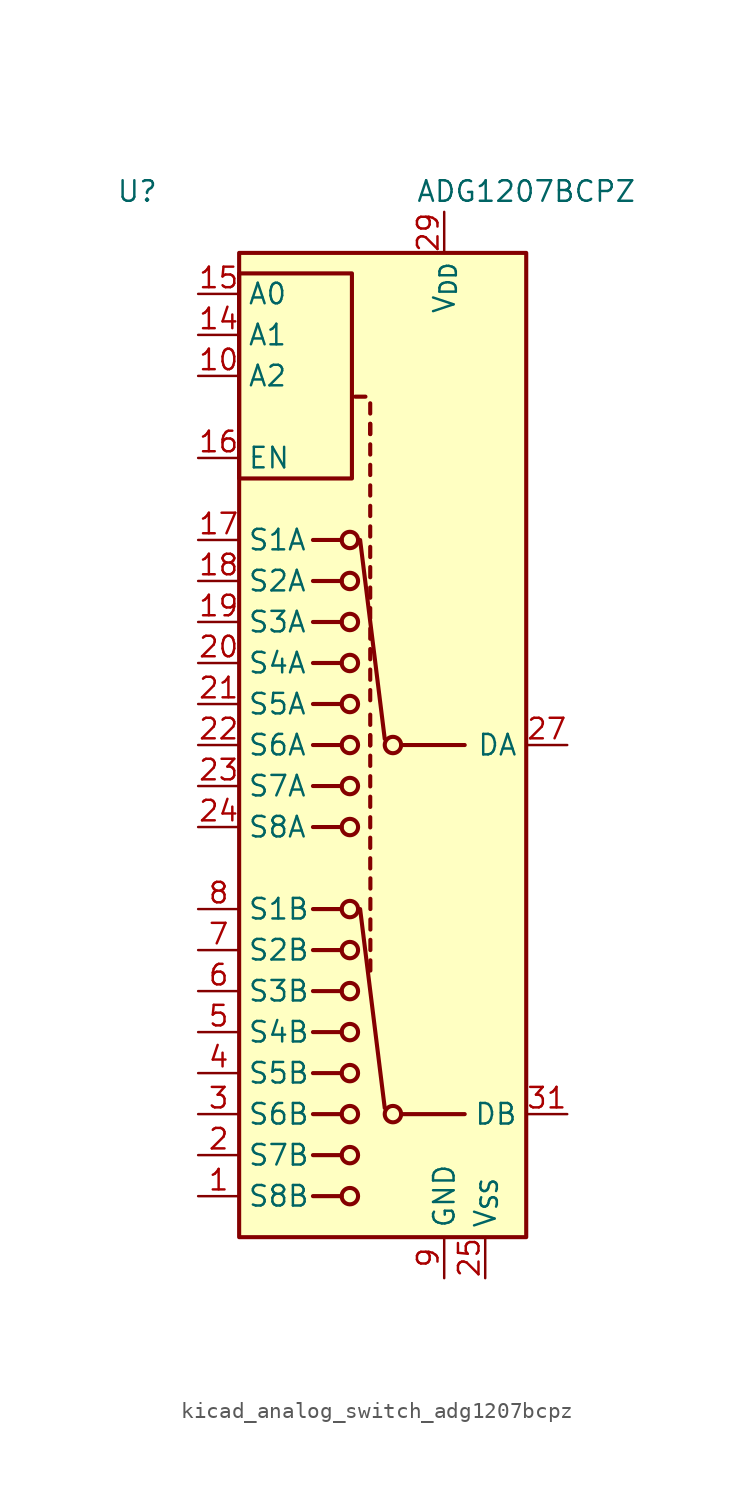
<source format=kicad_sym>
(kicad_symbol_lib
  (version 20220914)
  (generator kicad_symbol_editor)
  (symbol "kicad_analog_switch_adg1207bcpz"
    (property "Reference" "U"
      (at -15.24 34.29 0)
      (effects (font (size 1.27 1.27)) (justify left)))
    (property "Value" "ADG1207BCPZ"
      (at 10.16 34.29 0)
      (effects (font (size 1.27 1.27))))
    (symbol "kicad_analog_switch_adg1207bcpz_0_0"
      (pin power_in line (at 5.08 -33.02 90) (length 2.54) (name "GND" (effects (font (size 1.27 1.27)))) (number "9" (effects (font (size 1.27 1.27))))))
    (symbol "kicad_analog_switch_adg1207bcpz_0_1"
      (rectangle (start -7.62 29.21) (end -0.635 16.51) (stroke (width 0.254) (type default)) (fill (type none)))
      (rectangle (start -7.62 30.48) (end 10.16 -30.48) (stroke (width 0.254) (type default)) (fill (type background)))
      (circle (center -0.762 -27.94) (radius 0.508) (stroke (width 0.254) (type default)) (fill (type none)))
      (circle (center -0.762 -25.4) (radius 0.508) (stroke (width 0.254) (type default)) (fill (type none)))
      (circle (center -0.762 -22.86) (radius 0.508) (stroke (width 0.254) (type default)) (fill (type none)))
      (circle (center -0.762 -20.32) (radius 0.508) (stroke (width 0.254) (type default)) (fill (type none)))
      (circle (center -0.762 -17.78) (radius 0.508) (stroke (width 0.254) (type default)) (fill (type none)))
      (circle (center -0.762 -15.24) (radius 0.508) (stroke (width 0.254) (type default)) (fill (type none)))
      (circle (center -0.762 -12.7) (radius 0.508) (stroke (width 0.254) (type default)) (fill (type none)))
      (circle (center -0.762 -10.16) (radius 0.508) (stroke (width 0.254) (type default)) (fill (type none)))
      (circle (center -0.762 -5.08) (radius 0.508) (stroke (width 0.254) (type default)) (fill (type none)))
      (circle (center -0.762 -2.54) (radius 0.508) (stroke (width 0.254) (type default)) (fill (type none)))
      (circle (center -0.762 0) (radius 0.508) (stroke (width 0.254) (type default)) (fill (type none)))
      (circle (center -0.762 2.54) (radius 0.508) (stroke (width 0.254) (type default)) (fill (type none)))
      (circle (center -0.762 5.08) (radius 0.508) (stroke (width 0.254) (type default)) (fill (type none)))
      (circle (center -0.762 7.62) (radius 0.508) (stroke (width 0.254) (type default)) (fill (type none)))
      (circle (center -0.762 10.16) (radius 0.508) (stroke (width 0.254) (type default)) (fill (type none)))
      (circle (center -0.762 12.7) (radius 0.508) (stroke (width 0.254) (type default)) (fill (type none)))
      (polyline (pts (xy -1.27 -27.94) (xy -3.048 -27.94)) (stroke (width 0.254) (type default)) (fill (type none)))
      (polyline (pts (xy -1.27 -25.4) (xy -3.048 -25.4)) (stroke (width 0.254) (type default)) (fill (type none)))
      (polyline (pts (xy -1.27 -22.86) (xy -3.048 -22.86)) (stroke (width 0.254) (type default)) (fill (type none)))
      (polyline (pts (xy -1.27 -20.32) (xy -3.048 -20.32)) (stroke (width 0.254) (type default)) (fill (type none)))
      (polyline (pts (xy -1.27 -17.78) (xy -3.048 -17.78)) (stroke (width 0.254) (type default)) (fill (type none)))
      (polyline (pts (xy -1.27 -15.24) (xy -3.048 -15.24)) (stroke (width 0.254) (type default)) (fill (type none)))
      (polyline (pts (xy -1.27 -12.7) (xy -3.048 -12.7)) (stroke (width 0.254) (type default)) (fill (type none)))
      (polyline (pts (xy -1.27 -10.16) (xy -3.048 -10.16)) (stroke (width 0.254) (type default)) (fill (type none)))
      (polyline (pts (xy -1.27 -5.08) (xy -3.048 -5.08)) (stroke (width 0.254) (type default)) (fill (type none)))
      (polyline (pts (xy -1.27 -2.54) (xy -3.048 -2.54)) (stroke (width 0.254) (type default)) (fill (type none)))
      (polyline (pts (xy -1.27 0) (xy -3.048 0)) (stroke (width 0.254) (type default)) (fill (type none)))
      (polyline (pts (xy -1.27 2.54) (xy -3.048 2.54)) (stroke (width 0.254) (type default)) (fill (type none)))
      (polyline (pts (xy -1.27 5.08) (xy -3.048 5.08)) (stroke (width 0.254) (type default)) (fill (type none)))
      (polyline (pts (xy -1.27 7.62) (xy -3.048 7.62)) (stroke (width 0.254) (type default)) (fill (type none)))
      (polyline (pts (xy -1.27 10.16) (xy -3.048 10.16)) (stroke (width 0.254) (type default)) (fill (type none)))
      (polyline (pts (xy -1.27 12.7) (xy -3.048 12.7)) (stroke (width 0.254) (type default)) (fill (type none)))
      (polyline (pts (xy -0.127 -10.16) (xy 1.397 -22.479)) (stroke (width 0.254) (type default)) (fill (type none)))
      (polyline (pts (xy -0.127 12.7) (xy 1.397 0.381)) (stroke (width 0.254) (type default)) (fill (type none)))
      (polyline (pts (xy 0.202 21.576) (xy -0.433 21.576)) (stroke (width 0.254) (type default)) (fill (type none)))
      (polyline (pts (xy 0.498 11.639) (xy 0.498 12.274)) (stroke (width 0.254) (type default)) (fill (type none)))
      (polyline (pts (xy 0.498 12.909) (xy 0.498 13.544)) (stroke (width 0.254) (type default)) (fill (type none)))
      (polyline (pts (xy 0.498 14.18) (xy 0.498 14.815)) (stroke (width 0.254) (type default)) (fill (type none)))
      (polyline (pts (xy 0.498 15.45) (xy 0.498 16.084)) (stroke (width 0.254) (type default)) (fill (type none)))
      (polyline (pts (xy 0.498 16.72) (xy 0.498 17.355)) (stroke (width 0.254) (type default)) (fill (type none)))
      (polyline (pts (xy 0.498 17.989) (xy 0.498 18.625)) (stroke (width 0.254) (type default)) (fill (type none)))
      (polyline (pts (xy 0.498 19.259) (xy 0.498 19.895)) (stroke (width 0.254) (type default)) (fill (type none)))
      (polyline (pts (xy 0.498 19.259) (xy 0.498 19.895)) (stroke (width 0.254) (type default)) (fill (type none)))
      (polyline (pts (xy 0.498 20.529) (xy 0.498 21.165)) (stroke (width 0.254) (type default)) (fill (type none)))
      (polyline (pts (xy 0.499 -7.644) (xy 0.499 -7.009)) (stroke (width 0.254) (type default)) (fill (type none)))
      (polyline (pts (xy 0.499 -6.374) (xy 0.499 -5.739)) (stroke (width 0.254) (type default)) (fill (type none)))
      (polyline (pts (xy 0.499 -5.104) (xy 0.499 -4.469)) (stroke (width 0.254) (type default)) (fill (type none)))
      (polyline (pts (xy 0.499 -3.834) (xy 0.499 -3.199)) (stroke (width 0.254) (type default)) (fill (type none)))
      (polyline (pts (xy 0.499 -2.564) (xy 0.499 -1.929)) (stroke (width 0.254) (type default)) (fill (type none)))
      (polyline (pts (xy 0.499 -1.294) (xy 0.499 -0.659)) (stroke (width 0.254) (type default)) (fill (type none)))
      (polyline (pts (xy 0.499 -0.024) (xy 0.499 0.611)) (stroke (width 0.254) (type default)) (fill (type none)))
      (polyline (pts (xy 0.499 -0.024) (xy 0.499 0.611)) (stroke (width 0.254) (type default)) (fill (type none)))
      (polyline (pts (xy 0.499 1.246) (xy 0.499 1.881)) (stroke (width 0.254) (type default)) (fill (type none)))
      (polyline (pts (xy 0.499 2.77) (xy 0.499 3.405)) (stroke (width 0.254) (type default)) (fill (type none)))
      (polyline (pts (xy 0.499 4.04) (xy 0.499 4.675)) (stroke (width 0.254) (type default)) (fill (type none)))
      (polyline (pts (xy 0.499 5.31) (xy 0.499 5.945)) (stroke (width 0.254) (type default)) (fill (type none)))
      (polyline (pts (xy 0.499 6.58) (xy 0.499 7.215)) (stroke (width 0.254) (type default)) (fill (type none)))
      (polyline (pts (xy 0.499 7.85) (xy 0.499 8.485)) (stroke (width 0.254) (type default)) (fill (type none)))
      (polyline (pts (xy 0.499 9.12) (xy 0.499 9.755)) (stroke (width 0.254) (type default)) (fill (type none)))
      (polyline (pts (xy 0.499 10.39) (xy 0.499 11.025)) (stroke (width 0.254) (type default)) (fill (type none)))
      (polyline (pts (xy 0.508 -13.97) (xy 0.508 -13.335)) (stroke (width 0.254) (type default)) (fill (type none)))
      (polyline (pts (xy 0.508 -12.7) (xy 0.508 -12.065)) (stroke (width 0.254) (type default)) (fill (type none)))
      (polyline (pts (xy 0.508 -11.43) (xy 0.508 -10.795)) (stroke (width 0.254) (type default)) (fill (type none)))
      (polyline (pts (xy 0.508 -10.16) (xy 0.508 -9.525)) (stroke (width 0.254) (type default)) (fill (type none)))
      (polyline (pts (xy 0.508 -8.89) (xy 0.508 -8.255)) (stroke (width 0.254) (type default)) (fill (type none)))
      (polyline (pts (xy 2.413 -22.86) (xy 6.35 -22.86)) (stroke (width 0.254) (type default)) (fill (type none)))
      (polyline (pts (xy 2.413 0) (xy 6.35 0)) (stroke (width 0.254) (type default)) (fill (type none)))
      (circle (center 1.905 -22.86) (radius 0.508) (stroke (width 0.254) (type default)) (fill (type none)))
      (circle (center 1.905 0) (radius 0.508) (stroke (width 0.254) (type default)) (fill (type none))))
    (symbol "kicad_analog_switch_adg1207bcpz_1_1"
      (pin bidirectional line (at -10.16 -27.94 0) (length 2.54) (name "S8B" (effects (font (size 1.27 1.27)))) (number "1" (effects (font (size 1.27 1.27)))))
      (pin input line (at -10.16 22.86 0) (length 2.54) (name "A2" (effects (font (size 1.27 1.27)))) (number "10" (effects (font (size 1.27 1.27)))))
      (pin no_connect line (at 10.16 20.32 180) (length 2.54) hide (name "NC" (effects (font (size 1.27 1.27)))) (number "11" (effects (font (size 1.27 1.27)))))
      (pin no_connect line (at 10.16 17.78 180) (length 2.54) hide (name "NC" (effects (font (size 1.27 1.27)))) (number "12" (effects (font (size 1.27 1.27)))))
      (pin no_connect line (at 10.16 15.24 180) (length 2.54) hide (name "NC" (effects (font (size 1.27 1.27)))) (number "13" (effects (font (size 1.27 1.27)))))
      (pin input line (at -10.16 25.4 0) (length 2.54) (name "A1" (effects (font (size 1.27 1.27)))) (number "14" (effects (font (size 1.27 1.27)))))
      (pin input line (at -10.16 27.94 0) (length 2.54) (name "A0" (effects (font (size 1.27 1.27)))) (number "15" (effects (font (size 1.27 1.27)))))
      (pin input line (at -10.16 17.78 0) (length 2.54) (name "EN" (effects (font (size 1.27 1.27)))) (number "16" (effects (font (size 1.27 1.27)))))
      (pin bidirectional line (at -10.16 12.7 0) (length 2.54) (name "S1A" (effects (font (size 1.27 1.27)))) (number "17" (effects (font (size 1.27 1.27)))))
      (pin bidirectional line (at -10.16 10.16 0) (length 2.54) (name "S2A" (effects (font (size 1.27 1.27)))) (number "18" (effects (font (size 1.27 1.27)))))
      (pin bidirectional line (at -10.16 7.62 0) (length 2.54) (name "S3A" (effects (font (size 1.27 1.27)))) (number "19" (effects (font (size 1.27 1.27)))))
      (pin bidirectional line (at -10.16 -25.4 0) (length 2.54) (name "S7B" (effects (font (size 1.27 1.27)))) (number "2" (effects (font (size 1.27 1.27)))))
      (pin bidirectional line (at -10.16 5.08 0) (length 2.54) (name "S4A" (effects (font (size 1.27 1.27)))) (number "20" (effects (font (size 1.27 1.27)))))
      (pin bidirectional line (at -10.16 2.54 0) (length 2.54) (name "S5A" (effects (font (size 1.27 1.27)))) (number "21" (effects (font (size 1.27 1.27)))))
      (pin bidirectional line (at -10.16 0 0) (length 2.54) (name "S6A" (effects (font (size 1.27 1.27)))) (number "22" (effects (font (size 1.27 1.27)))))
      (pin bidirectional line (at -10.16 -2.54 0) (length 2.54) (name "S7A" (effects (font (size 1.27 1.27)))) (number "23" (effects (font (size 1.27 1.27)))))
      (pin bidirectional line (at -10.16 -5.08 0) (length 2.54) (name "S8A" (effects (font (size 1.27 1.27)))) (number "24" (effects (font (size 1.27 1.27)))))
      (pin power_in line (at 7.62 -33.02 90) (length 2.54) (name "V_{SS}" (effects (font (size 1.27 1.27)))) (number "25" (effects (font (size 1.27 1.27)))))
      (pin no_connect line (at 10.16 12.7 180) (length 2.54) hide (name "NC" (effects (font (size 1.27 1.27)))) (number "26" (effects (font (size 1.27 1.27)))))
      (pin bidirectional line (at 12.7 0 180) (length 2.54) (name "DA" (effects (font (size 1.27 1.27)))) (number "27" (effects (font (size 1.27 1.27)))))
      (pin no_connect line (at 10.16 10.16 180) (length 2.54) hide (name "NC" (effects (font (size 1.27 1.27)))) (number "28" (effects (font (size 1.27 1.27)))))
      (pin power_in line (at 5.08 33.02 270) (length 2.54) (name "V_{DD}" (effects (font (size 1.27 1.27)))) (number "29" (effects (font (size 1.27 1.27)))))
      (pin bidirectional line (at -10.16 -22.86 0) (length 2.54) (name "S6B" (effects (font (size 1.27 1.27)))) (number "3" (effects (font (size 1.27 1.27)))))
      (pin no_connect line (at 10.16 7.62 180) (length 2.54) hide (name "NC" (effects (font (size 1.27 1.27)))) (number "30" (effects (font (size 1.27 1.27)))))
      (pin bidirectional line (at 12.7 -22.86 180) (length 2.54) (name "DB" (effects (font (size 1.27 1.27)))) (number "31" (effects (font (size 1.27 1.27)))))
      (pin no_connect line (at 10.16 5.08 180) (length 2.54) hide (name "NC" (effects (font (size 1.27 1.27)))) (number "32" (effects (font (size 1.27 1.27)))))
      (pin passive line (at 7.62 -33.02 90) (length 2.54) hide (name "V_{SS}" (effects (font (size 1.27 1.27)))) (number "33" (effects (font (size 1.27 1.27)))))
      (pin bidirectional line (at -10.16 -20.32 0) (length 2.54) (name "S5B" (effects (font (size 1.27 1.27)))) (number "4" (effects (font (size 1.27 1.27)))))
      (pin bidirectional line (at -10.16 -17.78 0) (length 2.54) (name "S4B" (effects (font (size 1.27 1.27)))) (number "5" (effects (font (size 1.27 1.27)))))
      (pin bidirectional line (at -10.16 -15.24 0) (length 2.54) (name "S3B" (effects (font (size 1.27 1.27)))) (number "6" (effects (font (size 1.27 1.27)))))
      (pin bidirectional line (at -10.16 -12.7 0) (length 2.54) (name "S2B" (effects (font (size 1.27 1.27)))) (number "7" (effects (font (size 1.27 1.27)))))
      (pin bidirectional line (at -10.16 -10.16 0) (length 2.54) (name "S1B" (effects (font (size 1.27 1.27)))) (number "8" (effects (font (size 1.27 1.27))))))))
</source>
